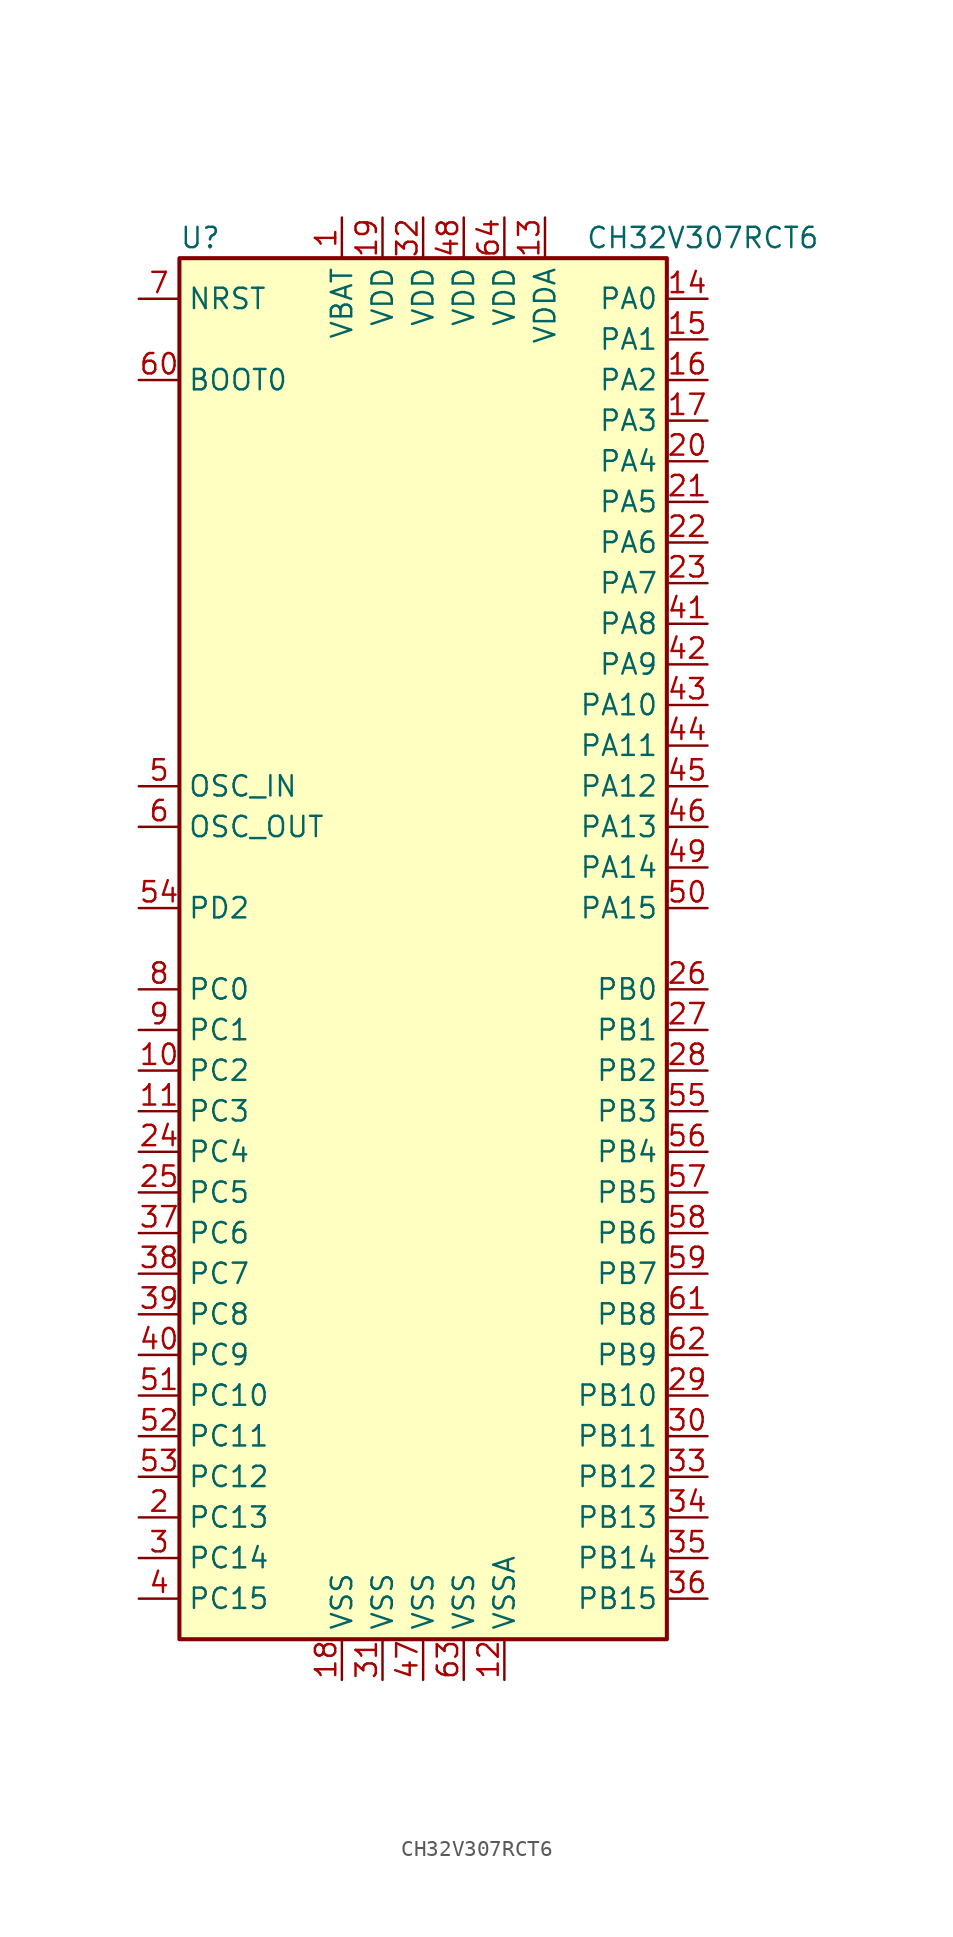
<source format=kicad_sym>
(kicad_symbol_lib
  (version 20211014)
  (generator kicad_symbol_editor)
  (symbol "CH32V307RCT6"
    (property "Reference" "U"
      (at -15.24 44.45 0)
      (effects (font (size 1.27 1.27)) (justify left)))
    (property "Value" "CH32V307RCT6"
      (at 10.16 44.45 0)
      (effects (font (size 1.27 1.27)) (justify left)))
    (symbol "CH32V307RCT6_0_1"
      (rectangle (start -15.24 -43.18) (end 15.24 43.18) (stroke (width 0.254) (type default) (color 0 0 0 0)) (fill (type background))))
    (symbol "CH32V307RCT6_1_1"
      (pin power_in line (at -5.08 45.72 270) (length 2.54) (name "VBAT" (effects (font (size 1.27 1.27)))) (number "1" (effects (font (size 1.27 1.27)))))
      (pin bidirectional line (at -17.78 -7.62 0) (length 2.54) (name "PC2" (effects (font (size 1.27 1.27)))) (number "10" (effects (font (size 1.27 1.27)))))
      (pin bidirectional line (at -17.78 -10.16 0) (length 2.54) (name "PC3" (effects (font (size 1.27 1.27)))) (number "11" (effects (font (size 1.27 1.27)))))
      (pin power_in line (at 5.08 -45.72 90) (length 2.54) (name "VSSA" (effects (font (size 1.27 1.27)))) (number "12" (effects (font (size 1.27 1.27)))))
      (pin power_in line (at 7.62 45.72 270) (length 2.54) (name "VDDA" (effects (font (size 1.27 1.27)))) (number "13" (effects (font (size 1.27 1.27)))))
      (pin bidirectional line (at 17.78 40.64 180) (length 2.54) (name "PA0" (effects (font (size 1.27 1.27)))) (number "14" (effects (font (size 1.27 1.27)))))
      (pin bidirectional line (at 17.78 38.1 180) (length 2.54) (name "PA1" (effects (font (size 1.27 1.27)))) (number "15" (effects (font (size 1.27 1.27)))))
      (pin bidirectional line (at 17.78 35.56 180) (length 2.54) (name "PA2" (effects (font (size 1.27 1.27)))) (number "16" (effects (font (size 1.27 1.27)))))
      (pin bidirectional line (at 17.78 33.02 180) (length 2.54) (name "PA3" (effects (font (size 1.27 1.27)))) (number "17" (effects (font (size 1.27 1.27)))))
      (pin power_in line (at -5.08 -45.72 90) (length 2.54) (name "VSS" (effects (font (size 1.27 1.27)))) (number "18" (effects (font (size 1.27 1.27)))))
      (pin power_in line (at -2.54 45.72 270) (length 2.54) (name "VDD" (effects (font (size 1.27 1.27)))) (number "19" (effects (font (size 1.27 1.27)))))
      (pin bidirectional line (at -17.78 -35.56 0) (length 2.54) (name "PC13" (effects (font (size 1.27 1.27)))) (number "2" (effects (font (size 1.27 1.27)))))
      (pin bidirectional line (at 17.78 30.48 180) (length 2.54) (name "PA4" (effects (font (size 1.27 1.27)))) (number "20" (effects (font (size 1.27 1.27)))))
      (pin bidirectional line (at 17.78 27.94 180) (length 2.54) (name "PA5" (effects (font (size 1.27 1.27)))) (number "21" (effects (font (size 1.27 1.27)))))
      (pin bidirectional line (at 17.78 25.4 180) (length 2.54) (name "PA6" (effects (font (size 1.27 1.27)))) (number "22" (effects (font (size 1.27 1.27)))))
      (pin bidirectional line (at 17.78 22.86 180) (length 2.54) (name "PA7" (effects (font (size 1.27 1.27)))) (number "23" (effects (font (size 1.27 1.27)))))
      (pin bidirectional line (at -17.78 -12.7 0) (length 2.54) (name "PC4" (effects (font (size 1.27 1.27)))) (number "24" (effects (font (size 1.27 1.27)))))
      (pin bidirectional line (at -17.78 -15.24 0) (length 2.54) (name "PC5" (effects (font (size 1.27 1.27)))) (number "25" (effects (font (size 1.27 1.27)))))
      (pin bidirectional line (at 17.78 -2.54 180) (length 2.54) (name "PB0" (effects (font (size 1.27 1.27)))) (number "26" (effects (font (size 1.27 1.27)))))
      (pin bidirectional line (at 17.78 -5.08 180) (length 2.54) (name "PB1" (effects (font (size 1.27 1.27)))) (number "27" (effects (font (size 1.27 1.27)))))
      (pin bidirectional line (at 17.78 -7.62 180) (length 2.54) (name "PB2" (effects (font (size 1.27 1.27)))) (number "28" (effects (font (size 1.27 1.27)))))
      (pin bidirectional line (at 17.78 -27.94 180) (length 2.54) (name "PB10" (effects (font (size 1.27 1.27)))) (number "29" (effects (font (size 1.27 1.27)))))
      (pin bidirectional line (at -17.78 -38.1 0) (length 2.54) (name "PC14" (effects (font (size 1.27 1.27)))) (number "3" (effects (font (size 1.27 1.27)))))
      (pin bidirectional line (at 17.78 -30.48 180) (length 2.54) (name "PB11" (effects (font (size 1.27 1.27)))) (number "30" (effects (font (size 1.27 1.27)))))
      (pin power_in line (at -2.54 -45.72 90) (length 2.54) (name "VSS" (effects (font (size 1.27 1.27)))) (number "31" (effects (font (size 1.27 1.27)))))
      (pin power_in line (at 0 45.72 270) (length 2.54) (name "VDD" (effects (font (size 1.27 1.27)))) (number "32" (effects (font (size 1.27 1.27)))))
      (pin bidirectional line (at 17.78 -33.02 180) (length 2.54) (name "PB12" (effects (font (size 1.27 1.27)))) (number "33" (effects (font (size 1.27 1.27)))))
      (pin bidirectional line (at 17.78 -35.56 180) (length 2.54) (name "PB13" (effects (font (size 1.27 1.27)))) (number "34" (effects (font (size 1.27 1.27)))))
      (pin bidirectional line (at 17.78 -38.1 180) (length 2.54) (name "PB14" (effects (font (size 1.27 1.27)))) (number "35" (effects (font (size 1.27 1.27)))))
      (pin bidirectional line (at 17.78 -40.64 180) (length 2.54) (name "PB15" (effects (font (size 1.27 1.27)))) (number "36" (effects (font (size 1.27 1.27)))))
      (pin bidirectional line (at -17.78 -17.78 0) (length 2.54) (name "PC6" (effects (font (size 1.27 1.27)))) (number "37" (effects (font (size 1.27 1.27)))))
      (pin bidirectional line (at -17.78 -20.32 0) (length 2.54) (name "PC7" (effects (font (size 1.27 1.27)))) (number "38" (effects (font (size 1.27 1.27)))))
      (pin bidirectional line (at -17.78 -22.86 0) (length 2.54) (name "PC8" (effects (font (size 1.27 1.27)))) (number "39" (effects (font (size 1.27 1.27)))))
      (pin bidirectional line (at -17.78 -40.64 0) (length 2.54) (name "PC15" (effects (font (size 1.27 1.27)))) (number "4" (effects (font (size 1.27 1.27)))))
      (pin bidirectional line (at -17.78 -25.4 0) (length 2.54) (name "PC9" (effects (font (size 1.27 1.27)))) (number "40" (effects (font (size 1.27 1.27)))))
      (pin bidirectional line (at 17.78 20.32 180) (length 2.54) (name "PA8" (effects (font (size 1.27 1.27)))) (number "41" (effects (font (size 1.27 1.27)))))
      (pin bidirectional line (at 17.78 17.78 180) (length 2.54) (name "PA9" (effects (font (size 1.27 1.27)))) (number "42" (effects (font (size 1.27 1.27)))))
      (pin bidirectional line (at 17.78 15.24 180) (length 2.54) (name "PA10" (effects (font (size 1.27 1.27)))) (number "43" (effects (font (size 1.27 1.27)))))
      (pin bidirectional line (at 17.78 12.7 180) (length 2.54) (name "PA11" (effects (font (size 1.27 1.27)))) (number "44" (effects (font (size 1.27 1.27)))))
      (pin bidirectional line (at 17.78 10.16 180) (length 2.54) (name "PA12" (effects (font (size 1.27 1.27)))) (number "45" (effects (font (size 1.27 1.27)))))
      (pin bidirectional line (at 17.78 7.62 180) (length 2.54) (name "PA13" (effects (font (size 1.27 1.27)))) (number "46" (effects (font (size 1.27 1.27)))))
      (pin power_in line (at 0 -45.72 90) (length 2.54) (name "VSS" (effects (font (size 1.27 1.27)))) (number "47" (effects (font (size 1.27 1.27)))))
      (pin power_in line (at 2.54 45.72 270) (length 2.54) (name "VDD" (effects (font (size 1.27 1.27)))) (number "48" (effects (font (size 1.27 1.27)))))
      (pin bidirectional line (at 17.78 5.08 180) (length 2.54) (name "PA14" (effects (font (size 1.27 1.27)))) (number "49" (effects (font (size 1.27 1.27)))))
      (pin input line (at -17.78 10.16 0) (length 2.54) (name "OSC_IN" (effects (font (size 1.27 1.27)))) (number "5" (effects (font (size 1.27 1.27)))))
      (pin bidirectional line (at 17.78 2.54 180) (length 2.54) (name "PA15" (effects (font (size 1.27 1.27)))) (number "50" (effects (font (size 1.27 1.27)))))
      (pin bidirectional line (at -17.78 -27.94 0) (length 2.54) (name "PC10" (effects (font (size 1.27 1.27)))) (number "51" (effects (font (size 1.27 1.27)))))
      (pin bidirectional line (at -17.78 -30.48 0) (length 2.54) (name "PC11" (effects (font (size 1.27 1.27)))) (number "52" (effects (font (size 1.27 1.27)))))
      (pin bidirectional line (at -17.78 -33.02 0) (length 2.54) (name "PC12" (effects (font (size 1.27 1.27)))) (number "53" (effects (font (size 1.27 1.27)))))
      (pin bidirectional line (at -17.78 2.54 0) (length 2.54) (name "PD2" (effects (font (size 1.27 1.27)))) (number "54" (effects (font (size 1.27 1.27)))))
      (pin bidirectional line (at 17.78 -10.16 180) (length 2.54) (name "PB3" (effects (font (size 1.27 1.27)))) (number "55" (effects (font (size 1.27 1.27)))))
      (pin bidirectional line (at 17.78 -12.7 180) (length 2.54) (name "PB4" (effects (font (size 1.27 1.27)))) (number "56" (effects (font (size 1.27 1.27)))))
      (pin bidirectional line (at 17.78 -15.24 180) (length 2.54) (name "PB5" (effects (font (size 1.27 1.27)))) (number "57" (effects (font (size 1.27 1.27)))))
      (pin bidirectional line (at 17.78 -17.78 180) (length 2.54) (name "PB6" (effects (font (size 1.27 1.27)))) (number "58" (effects (font (size 1.27 1.27)))))
      (pin bidirectional line (at 17.78 -20.32 180) (length 2.54) (name "PB7" (effects (font (size 1.27 1.27)))) (number "59" (effects (font (size 1.27 1.27)))))
      (pin output line (at -17.78 7.62 0) (length 2.54) (name "OSC_OUT" (effects (font (size 1.27 1.27)))) (number "6" (effects (font (size 1.27 1.27)))))
      (pin input line (at -17.78 35.56 0) (length 2.54) (name "BOOT0" (effects (font (size 1.27 1.27)))) (number "60" (effects (font (size 1.27 1.27)))))
      (pin bidirectional line (at 17.78 -22.86 180) (length 2.54) (name "PB8" (effects (font (size 1.27 1.27)))) (number "61" (effects (font (size 1.27 1.27)))))
      (pin bidirectional line (at 17.78 -25.4 180) (length 2.54) (name "PB9" (effects (font (size 1.27 1.27)))) (number "62" (effects (font (size 1.27 1.27)))))
      (pin power_in line (at 2.54 -45.72 90) (length 2.54) (name "VSS" (effects (font (size 1.27 1.27)))) (number "63" (effects (font (size 1.27 1.27)))))
      (pin power_in line (at 5.08 45.72 270) (length 2.54) (name "VDD" (effects (font (size 1.27 1.27)))) (number "64" (effects (font (size 1.27 1.27)))))
      (pin input line (at -17.78 40.64 0) (length 2.54) (name "NRST" (effects (font (size 1.27 1.27)))) (number "7" (effects (font (size 1.27 1.27)))))
      (pin bidirectional line (at -17.78 -2.54 0) (length 2.54) (name "PC0" (effects (font (size 1.27 1.27)))) (number "8" (effects (font (size 1.27 1.27)))))
      (pin bidirectional line (at -17.78 -5.08 0) (length 2.54) (name "PC1" (effects (font (size 1.27 1.27)))) (number "9" (effects (font (size 1.27 1.27))))))))
</source>
